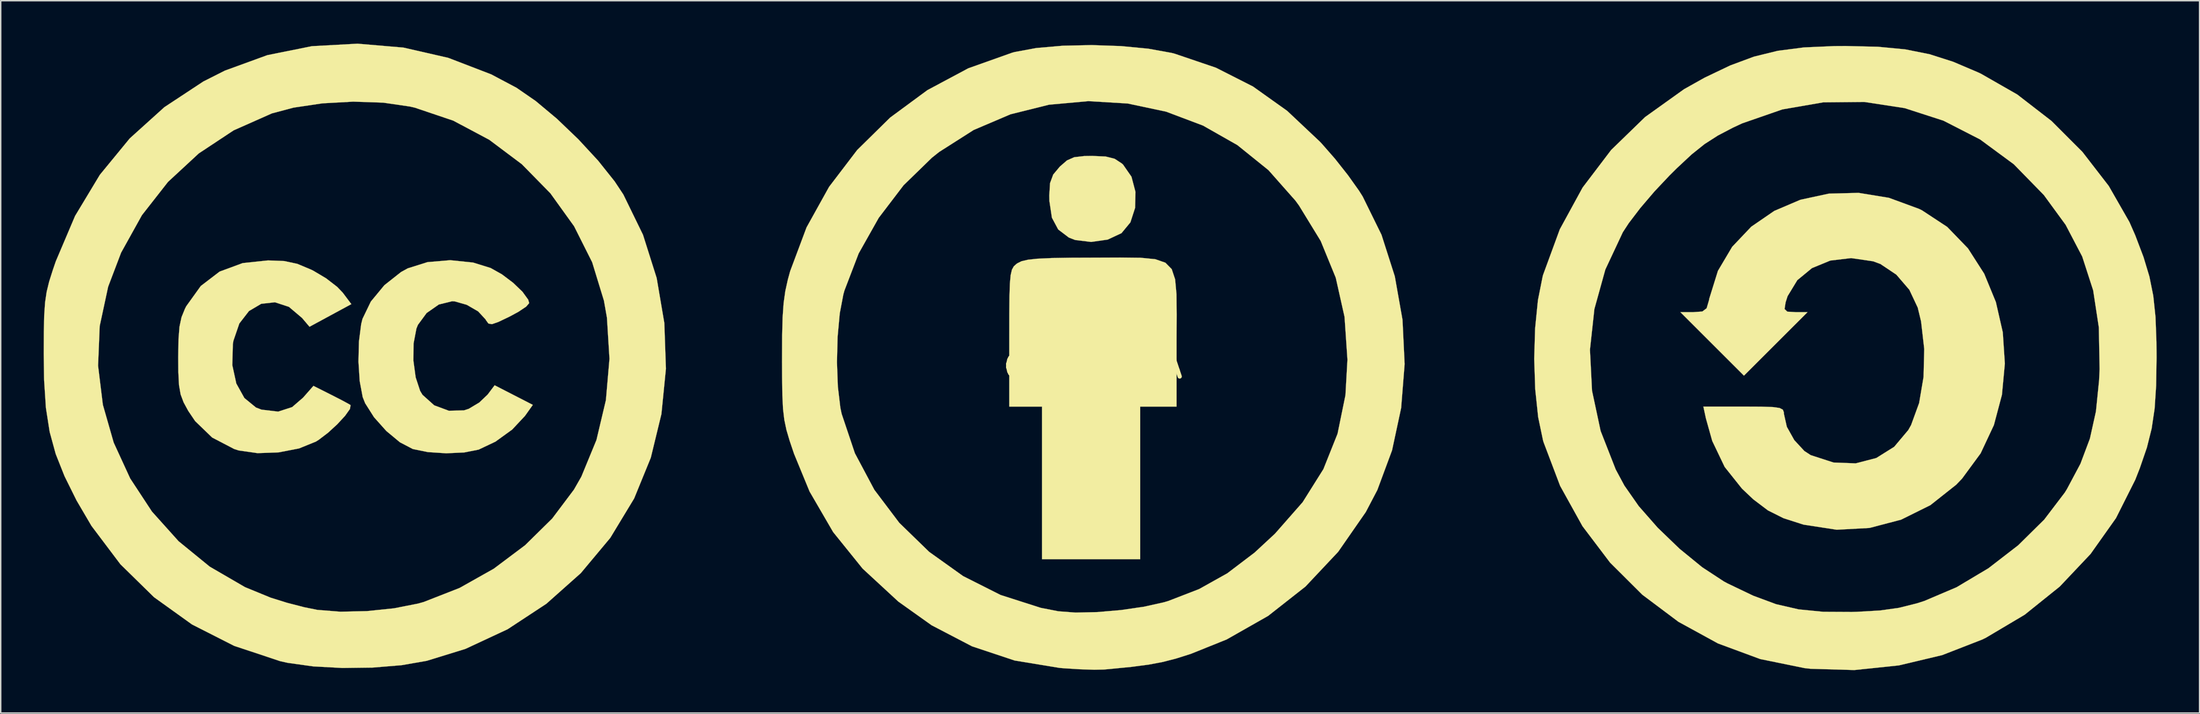
<source format=kicad_pcb>
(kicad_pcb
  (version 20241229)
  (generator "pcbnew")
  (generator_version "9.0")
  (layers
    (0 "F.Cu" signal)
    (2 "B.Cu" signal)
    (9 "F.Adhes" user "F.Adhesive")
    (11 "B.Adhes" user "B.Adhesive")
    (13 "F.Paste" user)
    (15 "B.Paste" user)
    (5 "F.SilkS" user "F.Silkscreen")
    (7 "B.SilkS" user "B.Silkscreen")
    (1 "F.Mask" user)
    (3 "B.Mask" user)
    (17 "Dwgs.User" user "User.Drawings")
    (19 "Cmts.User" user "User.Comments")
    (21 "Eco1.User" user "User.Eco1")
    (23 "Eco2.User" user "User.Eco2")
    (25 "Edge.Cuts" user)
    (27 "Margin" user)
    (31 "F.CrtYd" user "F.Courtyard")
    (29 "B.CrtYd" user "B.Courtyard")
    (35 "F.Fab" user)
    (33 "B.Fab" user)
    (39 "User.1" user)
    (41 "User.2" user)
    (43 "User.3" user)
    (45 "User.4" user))
  (footprint "CC-BY-SA"
    (layer "F.Cu")
    (at 73.278 22.584)
    (property "Reference" "CC-BY-SA" (at 0 0 0) (layer "F.SilkS") (effects (font (size 1.524 1.524) (thickness 0.3))))
    (attr through_hole)
    (fp_poly (pts (xy 0.889 -14.691) (xy 1.517 -14.533) (xy 2.015 -14.206) (xy 2.105 -14.125) (xy 2.693 -13.277) (xy 2.972 -12.217) (xy 2.946 -11.101) (xy 2.618 -10.087) (xy 1.994 -9.331) (xy 1.035 -8.883) (xy -0.122 -8.717) (xy -1.241 -8.853) (xy -1.681 -9.024) (xy -2.425 -9.589) (xy -2.864 -10.411) (xy -3.04 -11.582) (xy -3.048 -11.969) (xy -2.994 -12.833) (xy -2.774 -13.429) (xy -2.306 -13.99) (xy -1.811 -14.419) (xy -1.306 -14.642) (xy -0.595 -14.724) (xy -0.057 -14.732) (xy 0.889 -14.691)) (stroke (width 0.01) (type solid)) (fill yes) (layer "F.SilkS"))
    (fp_poly (pts (xy 3.331 -7.611) (xy 4.359 -7.51) (xy 5.063 -7.265) (xy 5.504 -6.816) (xy 5.741 -6.102) (xy 5.836 -5.064) (xy 5.85 -3.641) (xy 5.842 -1.905) (xy 5.842 2.794) (xy 3.302 2.794) (xy 3.302 13.462) (xy -3.556 13.462) (xy -3.556 2.794) (xy -5.842 2.794) (xy -5.842 -2.018) (xy -5.84 -3.693) (xy -5.828 -4.934) (xy -5.799 -5.814) (xy -5.744 -6.404) (xy -5.656 -6.779) (xy -5.527 -7.011) (xy -5.348 -7.174) (xy -5.277 -7.225) (xy -4.987 -7.369) (xy -4.538 -7.474) (xy -3.859 -7.547) (xy -2.878 -7.592) (xy -1.525 -7.614) (xy 0.057 -7.62) (xy 1.917 -7.628) (xy 3.331 -7.611)) (stroke (width 0.01) (type solid)) (fill yes) (layer "F.SilkS"))
    (fp_poly (pts (xy -56.478 -7.381) (xy -55.565 -7.187) (xy -54.601 -6.782) (xy -54.442 -6.703) (xy -53.558 -6.177) (xy -52.782 -5.578) (xy -52.39 -5.169) (xy -51.791 -4.37) (xy -53.252 -3.579) (xy -54.713 -2.787) (xy -55.233 -3.402) (xy -56.15 -4.179) (xy -57.127 -4.499) (xy -58.084 -4.392) (xy -58.939 -3.887) (xy -59.613 -3.016) (xy -60.026 -1.809) (xy -60.065 -1.569) (xy -60.104 -0.101) (xy -59.824 1.183) (xy -59.26 2.197) (xy -58.451 2.86) (xy -58.063 3.009) (xy -56.9 3.146) (xy -55.924 2.83) (xy -55.16 2.168) (xy -54.438 1.346) (xy -53.191 1.974) (xy -52.484 2.336) (xy -51.989 2.603) (xy -51.844 2.691) (xy -51.886 2.959) (xy -52.228 3.439) (xy -52.771 4.028) (xy -53.418 4.623) (xy -54.071 5.12) (xy -54.264 5.241) (xy -55.44 5.72) (xy -56.869 5.996) (xy -58.343 6.05) (xy -59.653 5.863) (xy -59.973 5.761) (xy -61.51 4.959) (xy -62.699 3.811) (xy -63.182 3.095) (xy -63.507 2.495) (xy -63.713 1.944) (xy -63.826 1.295) (xy -63.873 0.406) (xy -63.881 -0.635) (xy -63.863 -1.895) (xy -63.793 -2.79) (xy -63.65 -3.459) (xy -63.412 -4.045) (xy -63.321 -4.223) (xy -62.305 -5.638) (xy -60.991 -6.644) (xy -59.378 -7.239) (xy -57.615 -7.426) (xy -56.478 -7.381)) (stroke (width 0.01) (type solid)) (fill yes) (layer "F.SilkS"))
    (fp_poly (pts (xy -43.291 -7.277) (xy -42.063 -6.896) (xy -41.274 -6.452) (xy -40.492 -5.861) (xy -39.84 -5.235) (xy -39.439 -4.682) (xy -39.37 -4.441) (xy -39.581 -4.195) (xy -40.129 -3.828) (xy -40.761 -3.488) (xy -41.531 -3.12) (xy -41.974 -2.967) (xy -42.217 -3.012) (xy -42.387 -3.244) (xy -42.42 -3.305) (xy -42.936 -3.862) (xy -43.73 -4.322) (xy -44.57 -4.561) (xy -44.755 -4.571) (xy -45.68 -4.343) (xy -46.533 -3.748) (xy -47.142 -2.919) (xy -47.246 -2.66) (xy -47.445 -1.615) (xy -47.456 -0.414) (xy -47.298 0.753) (xy -46.987 1.697) (xy -46.822 1.972) (xy -46.002 2.707) (xy -44.981 3.086) (xy -43.926 3.059) (xy -43.592 2.95) (xy -42.86 2.514) (xy -42.272 1.954) (xy -41.783 1.305) (xy -40.45 1.99) (xy -39.117 2.675) (xy -39.665 3.447) (xy -40.556 4.399) (xy -41.725 5.245) (xy -42.9 5.803) (xy -43.905 6.002) (xy -45.165 6.06) (xy -46.448 5.976) (xy -47.498 5.762) (xy -48.398 5.291) (xy -49.349 4.5) (xy -50.206 3.54) (xy -50.827 2.56) (xy -50.998 2.13) (xy -51.206 1.02) (xy -51.294 -0.348) (xy -51.26 -1.752) (xy -51.104 -2.971) (xy -51.013 -3.338) (xy -50.429 -4.549) (xy -49.484 -5.693) (xy -48.318 -6.615) (xy -47.852 -6.871) (xy -46.475 -7.305) (xy -44.888 -7.441) (xy -43.291 -7.277)) (stroke (width 0.01) (type solid)) (fill yes) (layer "F.SilkS"))
    (fp_poly (pts (xy 55.589 -11.803) (xy 57.686 -11.033) (xy 57.906 -10.925) (xy 59.661 -9.769) (xy 61.111 -8.269) (xy 62.247 -6.494) (xy 63.061 -4.514) (xy 63.544 -2.397) (xy 63.688 -0.212) (xy 63.484 1.973) (xy 62.923 4.087) (xy 61.997 6.063) (xy 60.698 7.832) (xy 60.288 8.259) (xy 58.486 9.687) (xy 56.442 10.701) (xy 54.236 11.28) (xy 51.946 11.405) (xy 49.653 11.053) (xy 49.588 11.036) (xy 48.234 10.601) (xy 47.144 10.055) (xy 46.12 9.28) (xy 45.33 8.533) (xy 44.12 7.014) (xy 43.252 5.197) (xy 42.81 3.619) (xy 42.632 2.794) (xy 45.446 2.794) (xy 46.673 2.8) (xy 47.48 2.827) (xy 47.954 2.892) (xy 48.184 3.011) (xy 48.256 3.2) (xy 48.26 3.312) (xy 48.462 4.208) (xy 48.982 5.139) (xy 49.687 5.902) (xy 50.131 6.19) (xy 51.72 6.705) (xy 53.271 6.764) (xy 54.709 6.391) (xy 55.959 5.607) (xy 56.944 4.435) (xy 57.141 4.082) (xy 57.701 2.546) (xy 58.01 0.722) (xy 58.058 -1.232) (xy 57.837 -3.159) (xy 57.603 -4.129) (xy 57.018 -5.372) (xy 56.109 -6.431) (xy 55.002 -7.173) (xy 54.49 -7.364) (xy 52.951 -7.588) (xy 51.498 -7.416) (xy 50.217 -6.888) (xy 49.194 -6.045) (xy 48.514 -4.925) (xy 48.376 -4.493) (xy 48.304 -4.03) (xy 48.493 -3.844) (xy 49.056 -3.81) (xy 49.907 -3.81) (xy 47.687 -1.589) (xy 45.466 0.631) (xy 41.025 -3.81) (xy 41.947 -3.81) (xy 42.559 -3.853) (xy 42.861 -4.08) (xy 43.025 -4.641) (xy 43.048 -4.763) (xy 43.649 -6.696) (xy 44.645 -8.378) (xy 45.977 -9.783) (xy 47.585 -10.888) (xy 49.41 -11.667) (xy 51.392 -12.095) (xy 53.471 -12.149) (xy 55.589 -11.803)) (stroke (width 0.01) (type solid)) (fill yes) (layer "F.SilkS"))
    (fp_poly (pts (xy -48.158 -22.307) (xy -45.025 -21.59) (xy -42.024 -20.435) (xy -40.259 -19.499) (xy -38.913 -18.569) (xy -37.433 -17.329) (xy -35.941 -15.899) (xy -34.557 -14.401) (xy -33.404 -12.955) (xy -32.794 -12.033) (xy -31.422 -9.217) (xy -30.467 -6.196) (xy -29.932 -3.049) (xy -29.821 0.147) (xy -30.135 3.313) (xy -30.877 6.37) (xy -32.04 9.219) (xy -33.706 11.973) (xy -35.766 14.44) (xy -38.172 16.582) (xy -40.874 18.36) (xy -43.824 19.737) (xy -46.528 20.572) (xy -48.28 20.876) (xy -50.302 21.043) (xy -52.421 21.071) (xy -54.461 20.96) (xy -56.248 20.71) (xy -56.769 20.593) (xy -59.976 19.525) (xy -62.918 18.029) (xy -65.573 16.121) (xy -67.92 13.818) (xy -69.94 11.135) (xy -70.98 9.36) (xy -71.82 7.664) (xy -72.437 6.109) (xy -72.86 4.561) (xy -73.121 2.887) (xy -73.247 0.952) (xy -73.261 -0.066) (xy -69.479 -0.066) (xy -69.144 2.668) (xy -68.387 5.314) (xy -67.235 7.821) (xy -65.715 10.137) (xy -63.855 12.21) (xy -61.68 13.987) (xy -59.219 15.418) (xy -57.424 16.156) (xy -56.277 16.514) (xy -55.071 16.826) (xy -54.164 17.009) (xy -52.555 17.137) (xy -50.697 17.094) (xy -48.813 16.899) (xy -47.126 16.567) (xy -46.736 16.457) (xy -44.232 15.476) (xy -41.843 14.13) (xy -39.657 12.489) (xy -37.762 10.622) (xy -36.245 8.601) (xy -35.728 7.696) (xy -34.672 5.129) (xy -34.012 2.342) (xy -33.763 -0.547) (xy -33.94 -3.421) (xy -34.15 -4.613) (xy -34.971 -7.297) (xy -36.235 -9.816) (xy -37.89 -12.119) (xy -39.883 -14.152) (xy -42.161 -15.862) (xy -44.671 -17.198) (xy -47.361 -18.107) (xy -47.698 -18.185) (xy -49.56 -18.456) (xy -51.66 -18.527) (xy -53.814 -18.408) (xy -55.834 -18.107) (xy -57.336 -17.707) (xy -60.014 -16.518) (xy -62.446 -14.907) (xy -64.594 -12.917) (xy -66.415 -10.59) (xy -67.87 -7.969) (xy -68.775 -5.588) (xy -69.365 -2.835) (xy -69.479 -0.066) (xy -73.261 -0.066) (xy -73.273 -0.889) (xy -73.266 -2.435) (xy -73.24 -3.594) (xy -73.18 -4.485) (xy -73.07 -5.229) (xy -72.895 -5.947) (xy -72.638 -6.759) (xy -72.432 -7.361) (xy -71.084 -10.537) (xy -69.354 -13.412) (xy -67.267 -15.956) (xy -64.849 -18.14) (xy -62.127 -19.936) (xy -60.623 -20.696) (xy -57.657 -21.778) (xy -54.544 -22.405) (xy -51.355 -22.579) (xy -48.158 -22.307)) (stroke (width 0.01) (type solid)) (fill yes) (layer "F.SilkS"))
    (fp_poly (pts (xy 1.958 -22.412) (xy 3.87 -22.229) (xy 5.489 -21.936) (xy 5.715 -21.877) (xy 8.592 -20.899) (xy 11.177 -19.586) (xy 13.566 -17.883) (xy 15.849 -15.731) (xy 15.974 -15.599) (xy 16.895 -14.546) (xy 17.813 -13.384) (xy 18.581 -12.304) (xy 18.839 -11.895) (xy 20.155 -9.215) (xy 21.083 -6.314) (xy 21.621 -3.275) (xy 21.769 -0.179) (xy 21.526 2.891) (xy 20.891 5.854) (xy 19.863 8.628) (xy 19.057 10.168) (xy 17.128 12.949) (xy 14.843 15.379) (xy 12.236 17.43) (xy 9.34 19.077) (xy 6.845 20.082) (xy 5.821 20.407) (xy 4.882 20.65) (xy 3.889 20.837) (xy 2.7 20.993) (xy 1.177 21.143) (xy 0.762 21.18) (xy 0.093 21.194) (xy -0.897 21.162) (xy -2.023 21.091) (xy -2.335 21.065) (xy -5.469 20.549) (xy -8.441 19.558) (xy -11.266 18.084) (xy -13.589 16.429) (xy -16.085 14.122) (xy -18.143 11.568) (xy -19.788 8.734) (xy -20.873 6.096) (xy -21.182 5.179) (xy -21.404 4.426) (xy -21.552 3.722) (xy -21.643 2.949) (xy -21.689 1.991) (xy -21.707 0.731) (xy -21.711 -0.312) (xy -17.876 -0.312) (xy -17.813 1.4) (xy -17.639 2.868) (xy -17.548 3.302) (xy -16.624 6.056) (xy -15.265 8.612) (xy -13.52 10.926) (xy -11.436 12.953) (xy -9.064 14.648) (xy -6.451 15.966) (xy -3.647 16.865) (xy -2.413 17.107) (xy -1.21 17.198) (xy 0.305 17.164) (xy 1.956 17.022) (xy 3.567 16.787) (xy 4.962 16.477) (xy 5.259 16.389) (xy 7.416 15.554) (xy 9.385 14.452) (xy 11.291 13.003) (xy 12.712 11.684) (xy 14.645 9.482) (xy 16.096 7.169) (xy 17.085 4.692) (xy 17.636 1.998) (xy 17.776 -0.485) (xy 17.573 -3.477) (xy 16.959 -6.217) (xy 15.908 -8.786) (xy 14.393 -11.263) (xy 14.144 -11.605) (xy 12.26 -13.737) (xy 10.089 -15.489) (xy 7.688 -16.854) (xy 5.114 -17.826) (xy 2.426 -18.397) (xy -0.32 -18.562) (xy -3.067 -18.313) (xy -5.755 -17.643) (xy -8.33 -16.545) (xy -10.732 -15.014) (xy -11.243 -14.608) (xy -13.224 -12.679) (xy -14.958 -10.403) (xy -16.361 -7.91) (xy -17.351 -5.326) (xy -17.427 -5.058) (xy -17.68 -3.726) (xy -17.831 -2.082) (xy -17.876 -0.312) (xy -21.711 -0.312) (xy -21.711 -0.508) (xy -21.704 -2.172) (xy -21.671 -3.445) (xy -21.601 -4.443) (xy -21.483 -5.283) (xy -21.307 -6.081) (xy -21.143 -6.678) (xy -20 -9.734) (xy -18.426 -12.57) (xy -16.465 -15.144) (xy -14.162 -17.412) (xy -11.561 -19.331) (xy -8.706 -20.858) (xy -5.641 -21.949) (xy -5.461 -21.998) (xy -3.954 -22.276) (xy -2.111 -22.437) (xy -0.087 -22.482) (xy 1.958 -22.412)) (stroke (width 0.01) (type solid)) (fill yes) (layer "F.SilkS"))
    (fp_poly (pts (xy 54.824 -22.364) (xy 56.722 -22.183) (xy 58.421 -21.845) (xy 60.073 -21.317) (xy 61.826 -20.57) (xy 62.011 -20.483) (xy 64.555 -19.026) (xy 66.946 -17.176) (xy 69.103 -15.016) (xy 70.944 -12.632) (xy 72.388 -10.109) (xy 72.794 -9.184) (xy 73.373 -7.657) (xy 73.784 -6.295) (xy 74.054 -4.949) (xy 74.209 -3.472) (xy 74.275 -1.716) (xy 74.283 -0.635) (xy 74.253 1.327) (xy 74.148 2.932) (xy 73.941 4.328) (xy 73.607 5.663) (xy 73.119 7.085) (xy 72.794 7.914) (xy 71.449 10.593) (xy 69.671 13.103) (xy 67.523 15.377) (xy 65.07 17.349) (xy 62.376 18.95) (xy 62.103 19.084) (xy 59.309 20.172) (xy 56.285 20.891) (xy 53.173 21.216) (xy 50.113 21.127) (xy 49.702 21.081) (xy 46.604 20.448) (xy 43.653 19.356) (xy 40.893 17.843) (xy 38.367 15.947) (xy 36.118 13.705) (xy 34.19 11.156) (xy 32.628 8.337) (xy 31.473 5.286) (xy 31.434 5.153) (xy 31.095 3.532) (xy 30.89 1.582) (xy 30.819 -0.538) (xy 30.838 -1.181) (xy 34.712 -1.181) (xy 34.857 1.685) (xy 35.457 4.499) (xy 36.512 7.194) (xy 37.115 8.316) (xy 38.117 9.752) (xy 39.446 11.267) (xy 40.968 12.734) (xy 42.55 14.027) (xy 44.059 15.018) (xy 44.323 15.16) (xy 46.116 16.019) (xy 47.715 16.612) (xy 49.288 16.974) (xy 50.998 17.143) (xy 53.012 17.154) (xy 53.363 17.144) (xy 54.97 17.051) (xy 56.288 16.866) (xy 57.537 16.554) (xy 58.062 16.386) (xy 60.319 15.425) (xy 62.543 14.097) (xy 64.621 12.491) (xy 66.435 10.699) (xy 67.872 8.81) (xy 68.026 8.56) (xy 68.968 6.79) (xy 69.629 5.03) (xy 70.05 3.13) (xy 70.271 0.94) (xy 70.306 0.175) (xy 70.252 -2.736) (xy 69.856 -5.332) (xy 69.091 -7.698) (xy 67.931 -9.917) (xy 66.41 -12) (xy 64.313 -14.149) (xy 61.958 -15.885) (xy 59.399 -17.197) (xy 56.686 -18.075) (xy 53.872 -18.506) (xy 51.009 -18.479) (xy 48.149 -17.984) (xy 45.342 -17.009) (xy 44.711 -16.716) (xy 43.641 -16.155) (xy 42.721 -15.564) (xy 41.813 -14.837) (xy 40.777 -13.87) (xy 40.262 -13.358) (xy 39.213 -12.244) (xy 38.228 -11.088) (xy 37.422 -10.031) (xy 37.009 -9.398) (xy 35.787 -6.79) (xy 35.022 -4.029) (xy 34.712 -1.181) (xy 30.838 -1.181) (xy 30.882 -2.667) (xy 31.079 -4.645) (xy 31.41 -6.312) (xy 31.439 -6.416) (xy 32.607 -9.602) (xy 34.2 -12.522) (xy 36.193 -15.148) (xy 38.562 -17.449) (xy 41.283 -19.397) (xy 42.715 -20.201) (xy 44.509 -21.058) (xy 46.166 -21.674) (xy 47.832 -22.083) (xy 49.654 -22.318) (xy 51.779 -22.412) (xy 52.578 -22.417) (xy 54.824 -22.364)) (stroke (width 0.01) (type solid)) (fill yes) (layer "F.SilkS")))
  (gr_rect
    (start -3 -3)
    (end 150.565 46.806)
    (stroke (width 0.1) (type default))
    (fill no)
    (layer "Edge.Cuts")))
</source>
